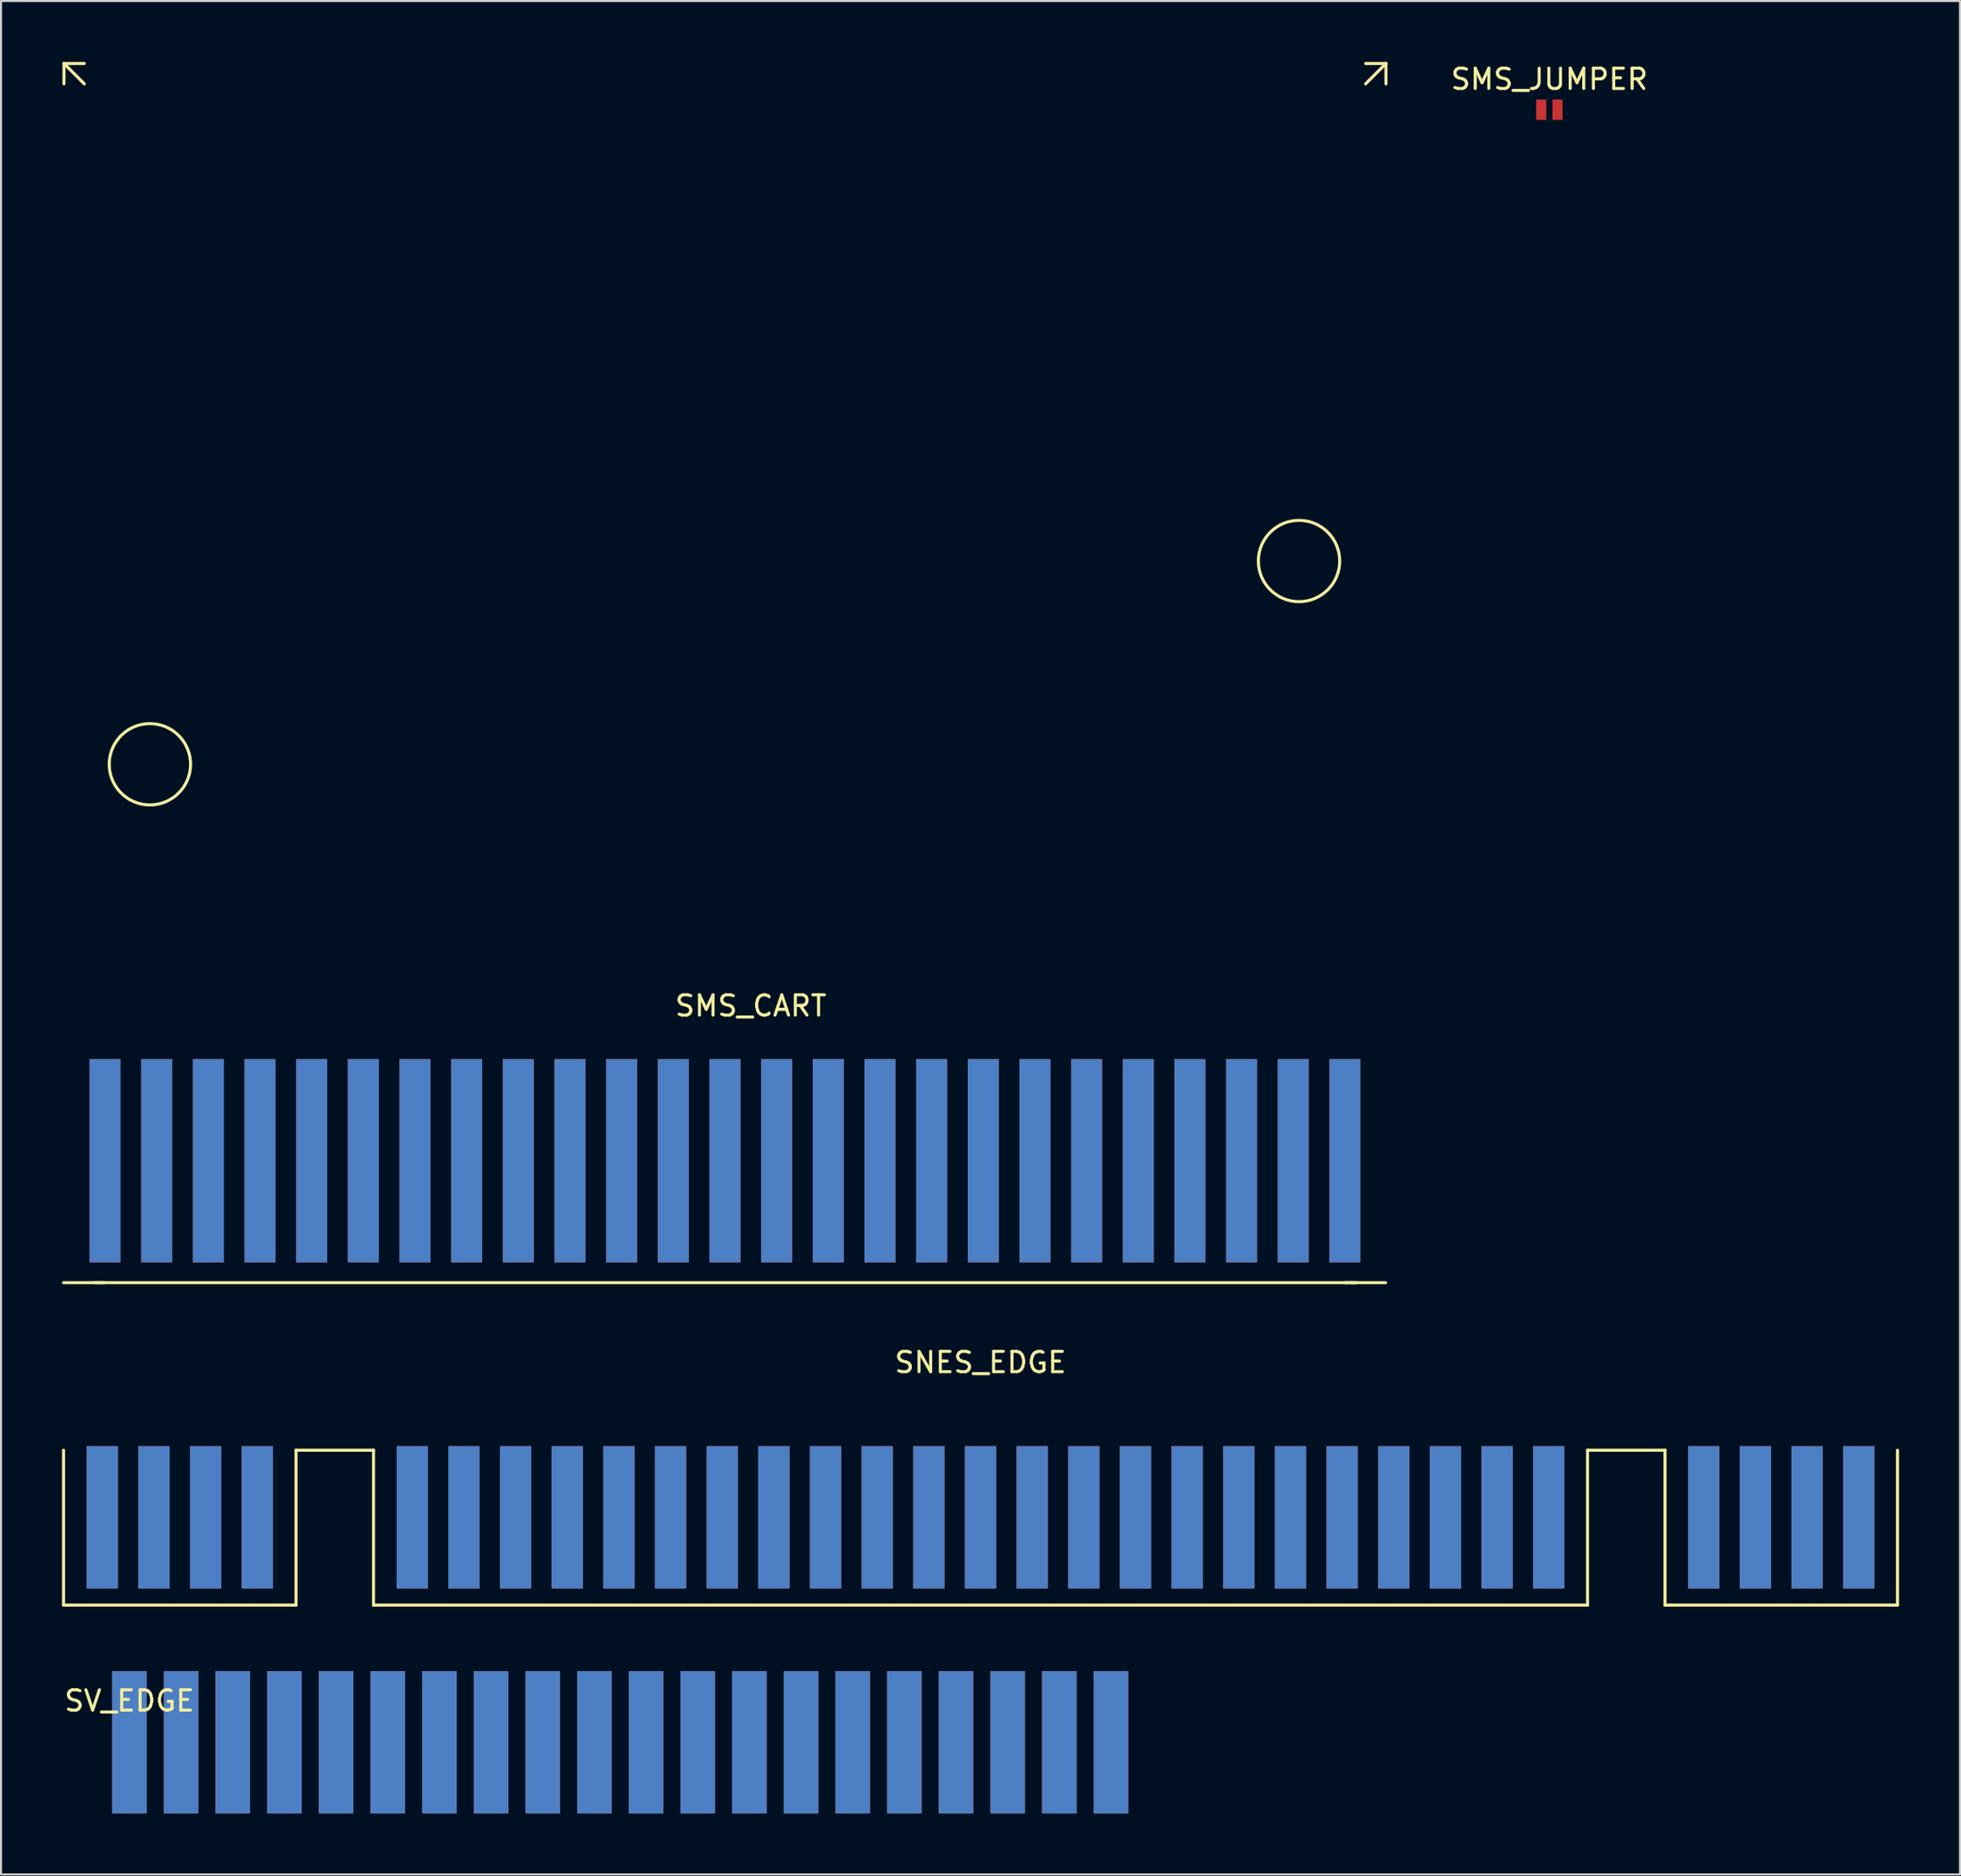
<source format=kicad_pcb>
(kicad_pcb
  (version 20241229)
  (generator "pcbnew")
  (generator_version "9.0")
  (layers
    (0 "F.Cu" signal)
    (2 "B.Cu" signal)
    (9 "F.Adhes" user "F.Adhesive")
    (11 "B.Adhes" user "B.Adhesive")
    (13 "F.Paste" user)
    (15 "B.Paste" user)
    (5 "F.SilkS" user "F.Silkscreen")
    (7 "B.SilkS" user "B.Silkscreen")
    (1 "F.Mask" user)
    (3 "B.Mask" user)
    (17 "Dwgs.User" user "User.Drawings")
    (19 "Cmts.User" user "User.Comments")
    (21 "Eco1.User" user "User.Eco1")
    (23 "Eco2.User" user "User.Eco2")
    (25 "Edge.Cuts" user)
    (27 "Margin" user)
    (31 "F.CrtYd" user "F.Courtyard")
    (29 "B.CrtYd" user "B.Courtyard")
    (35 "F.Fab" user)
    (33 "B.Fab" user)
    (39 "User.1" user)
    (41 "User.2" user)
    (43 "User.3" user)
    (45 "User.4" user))
  (footprint "SMS_JUMPER"
    (layer "F.Cu")
    (at 73.128 2.348)
    (property "Reference" "SMS_JUMPER" (at 0 -1.5 0) (layer "F.SilkS") (effects (font (size 1 1) (thickness 0.15))))
    (attr through_hole)
    (pad "1" smd rect (at -0.4 0) (size 0.5 1) (layers "F.Cu" "F.Mask" "F.Paste"))
    (pad "2" smd rect (at 0.4 0) (size 0.5 1) (layers "F.Cu" "F.Mask" "F.Paste")))
  (footprint "SV_EDGE"
    (layer "F.Cu")
    (at 3.315 80.126)
    (property "Reference" "SV_EDGE" (at 0 0.5 0) (layer "F.SilkS") (effects (font (size 1 1) (thickness 0.15))))
    (attr through_hole)
    (pad "1" connect trapezoid (at 0 2.54) (size 1.7 7) (layers "F.Mask" "B.Cu"))
    (pad "2" connect trapezoid (at 2.54 2.54) (size 1.7 7) (layers "F.Mask" "B.Cu"))
    (pad "3" connect trapezoid (at 5.08 2.54) (size 1.7 7) (layers "F.Mask" "B.Cu"))
    (pad "4" connect trapezoid (at 7.62 2.54) (size 1.7 7) (layers "F.Mask" "B.Cu"))
    (pad "5" connect trapezoid (at 10.16 2.54) (size 1.7 7) (layers "F.Mask" "B.Cu"))
    (pad "6" connect trapezoid (at 12.7 2.54) (size 1.7 7) (layers "F.Mask" "B.Cu"))
    (pad "7" connect trapezoid (at 15.24 2.54) (size 1.7 7) (layers "F.Mask" "B.Cu"))
    (pad "8" connect trapezoid (at 17.78 2.54) (size 1.7 7) (layers "F.Mask" "B.Cu"))
    (pad "9" connect trapezoid (at 20.32 2.54) (size 1.7 7) (layers "F.Mask" "B.Cu"))
    (pad "10" connect trapezoid (at 22.86 2.54) (size 1.7 7) (layers "F.Mask" "B.Cu"))
    (pad "11" connect trapezoid (at 25.4 2.54) (size 1.7 7) (layers "F.Mask" "B.Cu"))
    (pad "12" connect trapezoid (at 27.94 2.54) (size 1.7 7) (layers "F.Mask" "B.Cu"))
    (pad "13" connect trapezoid (at 30.48 2.54) (size 1.7 7) (layers "F.Mask" "B.Cu"))
    (pad "14" connect trapezoid (at 33.02 2.54) (size 1.7 7) (layers "F.Mask" "B.Cu"))
    (pad "15" connect trapezoid (at 35.56 2.54) (size 1.7 7) (layers "F.Mask" "B.Cu"))
    (pad "16" connect trapezoid (at 38.1 2.54) (size 1.7 7) (layers "F.Mask" "B.Cu"))
    (pad "17" connect trapezoid (at 40.64 2.54) (size 1.7 7) (layers "F.Mask" "B.Cu"))
    (pad "18" connect trapezoid (at 43.18 2.54) (size 1.7 7) (layers "F.Mask" "B.Cu"))
    (pad "19" connect trapezoid (at 45.72 2.54) (size 1.7 7) (layers "F.Mask" "B.Cu"))
    (pad "20" connect trapezoid (at 48.26 2.54) (size 1.7 7) (layers "F.Mask" "B.Cu"))
    (pad "21" connect trapezoid (at 48.26 2.54) (size 1.7 7) (layers "F.Cu" "F.Mask"))
    (pad "22" connect trapezoid (at 45.72 2.54) (size 1.7 7) (layers "F.Cu" "F.Mask"))
    (pad "23" connect trapezoid (at 43.18 2.54) (size 1.7 7) (layers "F.Cu" "F.Mask"))
    (pad "24" connect trapezoid (at 40.64 2.54) (size 1.7 7) (layers "F.Cu" "F.Mask"))
    (pad "25" connect trapezoid (at 38.1 2.54) (size 1.7 7) (layers "F.Cu" "F.Mask"))
    (pad "26" connect trapezoid (at 35.56 2.54) (size 1.7 7) (layers "F.Cu" "F.Mask"))
    (pad "27" connect trapezoid (at 33.02 2.54) (size 1.7 7) (layers "F.Cu" "F.Mask"))
    (pad "28" connect trapezoid (at 30.48 2.54) (size 1.7 7) (layers "F.Cu" "F.Mask"))
    (pad "29" connect trapezoid (at 27.94 2.54) (size 1.7 7) (layers "F.Cu" "F.Mask"))
    (pad "30" connect trapezoid (at 25.4 2.54) (size 1.7 7) (layers "F.Cu" "F.Mask"))
    (pad "31" connect trapezoid (at 22.86 2.54) (size 1.7 7) (layers "F.Cu" "F.Mask"))
    (pad "32" connect trapezoid (at 20.32 2.54) (size 1.7 7) (layers "F.Cu" "F.Mask"))
    (pad "33" connect trapezoid (at 17.78 2.54) (size 1.7 7) (layers "F.Cu" "F.Mask"))
    (pad "34" connect trapezoid (at 15.24 2.54) (size 1.7 7) (layers "F.Cu" "F.Mask"))
    (pad "35" connect trapezoid (at 12.7 2.54) (size 1.7 7) (layers "F.Cu" "F.Mask"))
    (pad "36" connect trapezoid (at 10.16 2.54) (size 1.7 7) (layers "F.Cu" "F.Mask"))
    (pad "37" connect trapezoid (at 7.62 2.54) (size 1.7 7) (layers "F.Cu" "F.Mask"))
    (pad "38" connect trapezoid (at 5.08 2.54) (size 1.7 7) (layers "F.Cu" "F.Mask"))
    (pad "39" connect trapezoid (at 2.54 2.54) (size 1.7 7) (layers "F.Cu" "F.Mask"))
    (pad "40" connect trapezoid (at 0 2.54) (size 1.7 7) (layers "F.Cu" "F.Mask")))
  (footprint "SNES_EDGE"
    (layer "F.Cu")
    (at 45.16 75.916)
    (property "Reference" "SNES_EDGE" (at 0 -11.938 0) (layer "F.SilkS") (effects (font (size 1 1) (thickness 0.15))))
    (attr through_hole)
    (fp_line (start -45.085 0) (end -45.085 -7.62) (stroke (width 0.15) (type solid)) (layer "F.SilkS"))
    (fp_line (start -33.655 -7.62) (end -33.655 0) (stroke (width 0.15) (type solid)) (layer "F.SilkS"))
    (fp_line (start -33.655 0) (end -45.085 0) (stroke (width 0.15) (type solid)) (layer "F.SilkS"))
    (fp_line (start -29.845 -7.62) (end -33.655 -7.62) (stroke (width 0.15) (type solid)) (layer "F.SilkS"))
    (fp_line (start -29.845 0) (end -29.845 -7.62) (stroke (width 0.15) (type solid)) (layer "F.SilkS"))
    (fp_line (start 29.845 -7.62) (end 33.655 -7.62) (stroke (width 0.15) (type solid)) (layer "F.SilkS"))
    (fp_line (start 29.845 0) (end -29.845 0) (stroke (width 0.15) (type solid)) (layer "F.SilkS"))
    (fp_line (start 29.845 0) (end 29.845 -7.62) (stroke (width 0.15) (type solid)) (layer "F.SilkS"))
    (fp_line (start 33.655 -7.62) (end 33.655 0) (stroke (width 0.15) (type solid)) (layer "F.SilkS"))
    (fp_line (start 33.655 0) (end 45.085 0) (stroke (width 0.15) (type solid)) (layer "F.SilkS"))
    (fp_line (start 45.085 0) (end 45.085 -7.62) (stroke (width 0.15) (type solid)) (layer "F.SilkS"))
    (pad "1" connect rect (at -43.18 -4.318) (size 1.54 7) (layers "F.Cu" "F.Mask"))
    (pad "2" connect rect (at -40.64 -4.318) (size 1.54 7) (layers "F.Cu" "F.Mask"))
    (pad "3" connect rect (at -38.1 -4.318) (size 1.54 7) (layers "F.Cu" "F.Mask"))
    (pad "4" connect rect (at -35.56 -4.318) (size 1.54 7) (layers "F.Cu" "F.Mask"))
    (pad "5" connect rect (at -27.94 -4.318) (size 1.54 7) (layers "F.Cu" "F.Mask"))
    (pad "6" connect rect (at -25.4 -4.318) (size 1.54 7) (layers "F.Cu" "F.Mask"))
    (pad "7" connect rect (at -22.86 -4.318) (size 1.54 7) (layers "F.Cu" "F.Mask"))
    (pad "8" connect rect (at -20.32 -4.318) (size 1.54 7) (layers "F.Cu" "F.Mask"))
    (pad "9" connect rect (at -17.78 -4.318) (size 1.54 7) (layers "F.Cu" "F.Mask"))
    (pad "10" connect rect (at -15.24 -4.318) (size 1.54 7) (layers "F.Cu" "F.Mask"))
    (pad "11" connect rect (at -12.7 -4.318) (size 1.54 7) (layers "F.Cu" "F.Mask"))
    (pad "12" connect rect (at -10.16 -4.318) (size 1.54 7) (layers "F.Cu" "F.Mask"))
    (pad "13" connect rect (at -7.62 -4.318) (size 1.54 7) (layers "F.Cu" "F.Mask"))
    (pad "14" connect rect (at -5.08 -4.318) (size 1.54 7) (layers "F.Cu" "F.Mask"))
    (pad "15" connect rect (at -2.54 -4.318) (size 1.54 7) (layers "F.Cu" "F.Mask"))
    (pad "16" connect rect (at 0 -4.318) (size 1.54 7) (layers "F.Cu" "F.Mask"))
    (pad "17" connect rect (at 2.54 -4.318) (size 1.54 7) (layers "F.Cu" "F.Mask"))
    (pad "18" connect rect (at 5.08 -4.318) (size 1.54 7) (layers "F.Cu" "F.Mask"))
    (pad "19" connect rect (at 7.62 -4.318) (size 1.54 7) (layers "F.Cu" "F.Mask"))
    (pad "20" connect rect (at 10.16 -4.318) (size 1.54 7) (layers "F.Cu" "F.Mask"))
    (pad "21" connect rect (at 12.7 -4.318) (size 1.54 7) (layers "F.Cu" "F.Mask"))
    (pad "22" connect rect (at 15.24 -4.318) (size 1.54 7) (layers "F.Cu" "F.Mask"))
    (pad "23" connect rect (at 17.78 -4.318) (size 1.54 7) (layers "F.Cu" "F.Mask"))
    (pad "24" connect rect (at 20.32 -4.318) (size 1.54 7) (layers "F.Cu" "F.Mask"))
    (pad "25" connect rect (at 22.86 -4.318) (size 1.54 7) (layers "F.Cu" "F.Mask"))
    (pad "26" connect rect (at 25.4 -4.318) (size 1.54 7) (layers "F.Cu" "F.Mask"))
    (pad "27" connect rect (at 27.94 -4.318) (size 1.54 7) (layers "F.Cu" "F.Mask"))
    (pad "28" connect rect (at 35.56 -4.318) (size 1.54 7) (layers "F.Cu" "F.Mask"))
    (pad "29" connect rect (at 38.1 -4.318) (size 1.54 7) (layers "F.Cu" "F.Mask"))
    (pad "30" connect rect (at 40.64 -4.318) (size 1.54 7) (layers "F.Cu" "F.Mask"))
    (pad "31" connect rect (at 43.18 -4.318) (size 1.54 7) (layers "F.Cu" "F.Mask"))
    (pad "32" connect rect (at -43.18 -4.318) (size 1.54 7) (layers "B.Cu" "B.Mask"))
    (pad "33" connect rect (at -40.64 -4.318) (size 1.54 7) (layers "B.Cu" "B.Mask"))
    (pad "34" connect rect (at -38.1 -4.318) (size 1.54 7) (layers "B.Cu" "B.Mask"))
    (pad "35" connect rect (at -35.56 -4.318) (size 1.54 7) (layers "B.Cu" "B.Mask"))
    (pad "36" connect rect (at -27.94 -4.318) (size 1.54 7) (layers "B.Cu" "B.Mask"))
    (pad "37" connect rect (at -25.4 -4.318) (size 1.54 7) (layers "B.Cu" "B.Mask"))
    (pad "38" connect rect (at -22.86 -4.318) (size 1.54 7) (layers "B.Cu" "B.Mask"))
    (pad "39" connect rect (at -20.32 -4.318) (size 1.54 7) (layers "B.Cu" "B.Mask"))
    (pad "40" connect rect (at -17.78 -4.318) (size 1.54 7) (layers "B.Cu" "B.Mask"))
    (pad "41" connect rect (at -15.24 -4.318) (size 1.54 7) (layers "B.Cu" "B.Mask"))
    (pad "42" connect rect (at -12.7 -4.318) (size 1.54 7) (layers "B.Cu" "B.Mask"))
    (pad "43" connect rect (at -10.16 -4.318) (size 1.54 7) (layers "B.Cu" "B.Mask"))
    (pad "44" connect rect (at -7.62 -4.318) (size 1.54 7) (layers "B.Cu" "B.Mask"))
    (pad "45" connect rect (at -5.08 -4.318) (size 1.54 7) (layers "B.Cu" "B.Mask"))
    (pad "46" connect rect (at -2.54 -4.318) (size 1.54 7) (layers "B.Cu" "B.Mask"))
    (pad "47" connect rect (at 0 -4.318) (size 1.54 7) (layers "B.Cu" "B.Mask"))
    (pad "48" connect rect (at 2.54 -4.318) (size 1.54 7) (layers "B.Cu" "B.Mask"))
    (pad "49" connect rect (at 5.08 -4.318) (size 1.54 7) (layers "B.Cu" "B.Mask"))
    (pad "50" connect rect (at 7.62 -4.318) (size 1.54 7) (layers "B.Cu" "B.Mask"))
    (pad "51" connect rect (at 10.16 -4.318) (size 1.54 7) (layers "B.Cu" "B.Mask"))
    (pad "52" connect rect (at 12.7 -4.318) (size 1.54 7) (layers "B.Cu" "B.Mask"))
    (pad "53" connect rect (at 15.24 -4.318) (size 1.54 7) (layers "B.Cu" "B.Mask"))
    (pad "54" connect rect (at 17.78 -4.318) (size 1.54 7) (layers "B.Cu" "B.Mask"))
    (pad "55" connect rect (at 20.32 -4.318) (size 1.54 7) (layers "B.Cu" "B.Mask"))
    (pad "56" connect rect (at 22.86 -4.318) (size 1.54 7) (layers "B.Cu" "B.Mask"))
    (pad "57" connect rect (at 25.4 -4.318) (size 1.54 7) (layers "B.Cu" "B.Mask"))
    (pad "58" connect rect (at 27.94 -4.318) (size 1.54 7) (layers "B.Cu" "B.Mask"))
    (pad "59" connect rect (at 35.56 -4.318) (size 1.54 7) (layers "B.Cu" "B.Mask"))
    (pad "60" connect rect (at 38.1 -4.318) (size 1.54 7) (layers "B.Cu" "B.Mask"))
    (pad "61" connect rect (at 40.64 -4.318) (size 1.54 7) (layers "B.Cu" "B.Mask"))
    (pad "62" connect rect (at 43.18 -4.318) (size 1.54 7) (layers "B.Cu" "B.Mask")))
  (footprint "SMS_CART"
    (layer "F.Cu")
    (at 32.595 48.975)
    (property "Reference" "SMS_CART" (at 1.27 -2.54 0) (layer "F.SilkS") (effects (font (size 1 1) (thickness 0.15))))
    (attr through_hole)
    (fp_line (start -32.52 11.08) (end -30.52 11.08) (stroke (width 0.15) (type solid)) (layer "F.SilkS"))
    (fp_line (start -32.5 -48.9) (end -31.5 -48.9) (stroke (width 0.15) (type solid)) (layer "F.SilkS"))
    (fp_line (start -32.5 -48.9) (end -31.5 -47.9) (stroke (width 0.15) (type solid)) (layer "F.SilkS"))
    (fp_line (start -32.5 -47.9) (end -32.5 -48.9) (stroke (width 0.15) (type solid)) (layer "F.SilkS"))
    (fp_line (start 30.48 11.08) (end 32.48 11.08) (stroke (width 0.15) (type solid)) (layer "F.SilkS"))
    (fp_line (start 31.04 11.08) (end -30.96 11.08) (stroke (width 0.15) (type solid)) (layer "F.SilkS"))
    (fp_line (start 31.5 -47.9) (end 32.5 -48.9) (stroke (width 0.15) (type solid)) (layer "F.SilkS"))
    (fp_line (start 32.5 -48.9) (end 31.5 -48.9) (stroke (width 0.15) (type solid)) (layer "F.SilkS"))
    (fp_line (start 32.5 -47.9) (end 32.5 -48.9) (stroke (width 0.15) (type solid)) (layer "F.SilkS"))
    (fp_circle (center -28.275 -14.425) (end -26.275 -14.425) (stroke (width 0.15) (type solid)) (fill no) (layer "F.SilkS"))
    (fp_circle (center 28.225 -24.425) (end 30.225 -24.425) (stroke (width 0.15) (type solid)) (fill no) (layer "F.SilkS"))
    (pad "1" connect rect (at 30.48 5.08) (size 1.524 10) (layers "B.Cu" "B.Mask" "B.Paste"))
    (pad "2" connect rect (at 30.48 5.08) (size 1.524 10) (layers "F.Cu" "F.Mask" "F.Paste"))
    (pad "3" connect rect (at 27.94 5.08) (size 1.524 10) (layers "B.Cu" "B.Mask" "B.Paste"))
    (pad "4" connect rect (at 27.94 5.08) (size 1.524 10) (layers "F.Cu" "F.Mask" "F.Paste"))
    (pad "5" connect rect (at 25.4 5.08) (size 1.524 10) (layers "B.Cu" "B.Mask" "B.Paste"))
    (pad "6" connect rect (at 25.4 5.08) (size 1.524 10) (layers "F.Cu" "F.Mask" "F.Paste"))
    (pad "7" connect rect (at 22.86 5.08) (size 1.524 10) (layers "B.Cu" "B.Mask" "B.Paste"))
    (pad "8" connect rect (at 22.86 5.08) (size 1.524 10) (layers "F.Cu" "F.Mask" "F.Paste"))
    (pad "9" connect rect (at 20.32 5.08) (size 1.524 10) (layers "B.Cu" "B.Mask" "B.Paste"))
    (pad "10" connect rect (at 20.32 5.08) (size 1.524 10) (layers "F.Cu" "F.Mask" "F.Paste"))
    (pad "11" connect rect (at 17.78 5.08) (size 1.524 10) (layers "B.Cu" "B.Mask" "B.Paste"))
    (pad "12" connect rect (at 17.78 5.08) (size 1.524 10) (layers "F.Cu" "F.Mask" "F.Paste"))
    (pad "13" connect rect (at 15.24 5.08) (size 1.524 10) (layers "B.Cu" "B.Mask" "B.Paste"))
    (pad "14" connect rect (at 15.24 5.08) (size 1.524 10) (layers "F.Cu" "F.Mask" "F.Paste"))
    (pad "15" connect rect (at 12.7 5.08) (size 1.524 10) (layers "B.Cu" "B.Mask" "B.Paste"))
    (pad "16" connect rect (at 12.7 5.08) (size 1.524 10) (layers "F.Cu" "F.Mask" "F.Paste"))
    (pad "17" connect rect (at 10.16 5.08) (size 1.524 10) (layers "B.Cu" "B.Mask" "B.Paste"))
    (pad "18" connect rect (at 10.16 5.08) (size 1.524 10) (layers "F.Cu" "F.Mask" "F.Paste"))
    (pad "19" connect rect (at 7.62 5.08) (size 1.524 10) (layers "B.Cu" "B.Mask" "B.Paste"))
    (pad "20" connect rect (at 7.62 5.08) (size 1.524 10) (layers "F.Cu" "F.Mask" "F.Paste"))
    (pad "21" connect rect (at 5.08 5.08) (size 1.524 10) (layers "B.Cu" "B.Mask" "B.Paste"))
    (pad "22" connect rect (at 5.08 5.08) (size 1.524 10) (layers "F.Cu" "F.Mask" "F.Paste"))
    (pad "23" connect rect (at 2.54 5.08) (size 1.524 10) (layers "B.Cu" "B.Mask" "B.Paste"))
    (pad "24" connect rect (at 2.54 5.08) (size 1.524 10) (layers "F.Cu" "F.Mask" "F.Paste"))
    (pad "25" connect rect (at 0 5.08) (size 1.524 10) (layers "B.Cu" "B.Mask" "B.Paste"))
    (pad "26" connect rect (at 0 5.08) (size 1.524 10) (layers "F.Cu" "F.Mask" "F.Paste"))
    (pad "27" connect rect (at -2.54 5.08) (size 1.524 10) (layers "B.Cu" "B.Mask" "B.Paste"))
    (pad "28" connect rect (at -2.54 5.08) (size 1.524 10) (layers "F.Cu" "F.Mask" "F.Paste"))
    (pad "29" connect rect (at -5.08 5.08) (size 1.524 10) (layers "B.Cu" "B.Mask" "B.Paste"))
    (pad "30" connect rect (at -5.08 5.08) (size 1.524 10) (layers "F.Cu" "F.Mask" "F.Paste"))
    (pad "31" connect rect (at -7.62 5.08) (size 1.524 10) (layers "B.Cu" "B.Mask" "B.Paste"))
    (pad "32" connect rect (at -7.62 5.08) (size 1.524 10) (layers "F.Cu" "F.Mask" "F.Paste"))
    (pad "33" connect rect (at -10.16 5.08) (size 1.524 10) (layers "B.Cu" "B.Mask" "B.Paste"))
    (pad "34" connect rect (at -10.16 5.08) (size 1.524 10) (layers "F.Cu" "F.Mask" "F.Paste"))
    (pad "35" connect rect (at -12.7 5.08) (size 1.524 10) (layers "B.Cu" "B.Mask" "B.Paste"))
    (pad "36" connect rect (at -12.7 5.08) (size 1.524 10) (layers "F.Cu" "F.Mask" "F.Paste"))
    (pad "37" connect rect (at -15.24 5.08) (size 1.524 10) (layers "B.Cu" "B.Mask" "B.Paste"))
    (pad "38" connect rect (at -15.24 5.08) (size 1.524 10) (layers "F.Cu" "F.Mask" "F.Paste"))
    (pad "39" connect rect (at -17.78 5.08) (size 1.524 10) (layers "B.Cu" "B.Mask" "B.Paste"))
    (pad "40" connect rect (at -17.78 5.08) (size 1.524 10) (layers "F.Cu" "F.Mask" "F.Paste"))
    (pad "41" connect rect (at -20.32 5.08) (size 1.524 10) (layers "B.Cu" "B.Mask" "B.Paste"))
    (pad "42" connect rect (at -20.32 5.08) (size 1.524 10) (layers "F.Cu" "F.Mask" "F.Paste"))
    (pad "43" connect rect (at -22.86 5.08) (size 1.524 10) (layers "B.Cu" "B.Mask" "B.Paste"))
    (pad "44" connect rect (at -22.86 5.08) (size 1.524 10) (layers "F.Cu" "F.Mask" "F.Paste"))
    (pad "45" connect rect (at -25.4 5.08) (size 1.524 10) (layers "B.Cu" "B.Mask" "B.Paste"))
    (pad "46" connect rect (at -25.4 5.08) (size 1.524 10) (layers "F.Cu" "F.Mask" "F.Paste"))
    (pad "47" connect rect (at -27.94 5.08) (size 1.524 10) (layers "B.Cu" "B.Mask" "B.Paste"))
    (pad "48" connect rect (at -27.94 5.08) (size 1.524 10) (layers "F.Cu" "F.Mask" "F.Paste"))
    (pad "49" connect rect (at -30.48 5.08) (size 1.524 10) (layers "B.Cu" "B.Mask" "B.Paste"))
    (pad "50" connect rect (at -30.48 5.08) (size 1.524 10) (layers "F.Cu" "F.Mask" "F.Paste")))
  (gr_rect
    (start -3 -3)
    (end 93.32 89.166)
    (stroke (width 0.1) (type default))
    (fill no)
    (layer "Edge.Cuts")))
</source>
